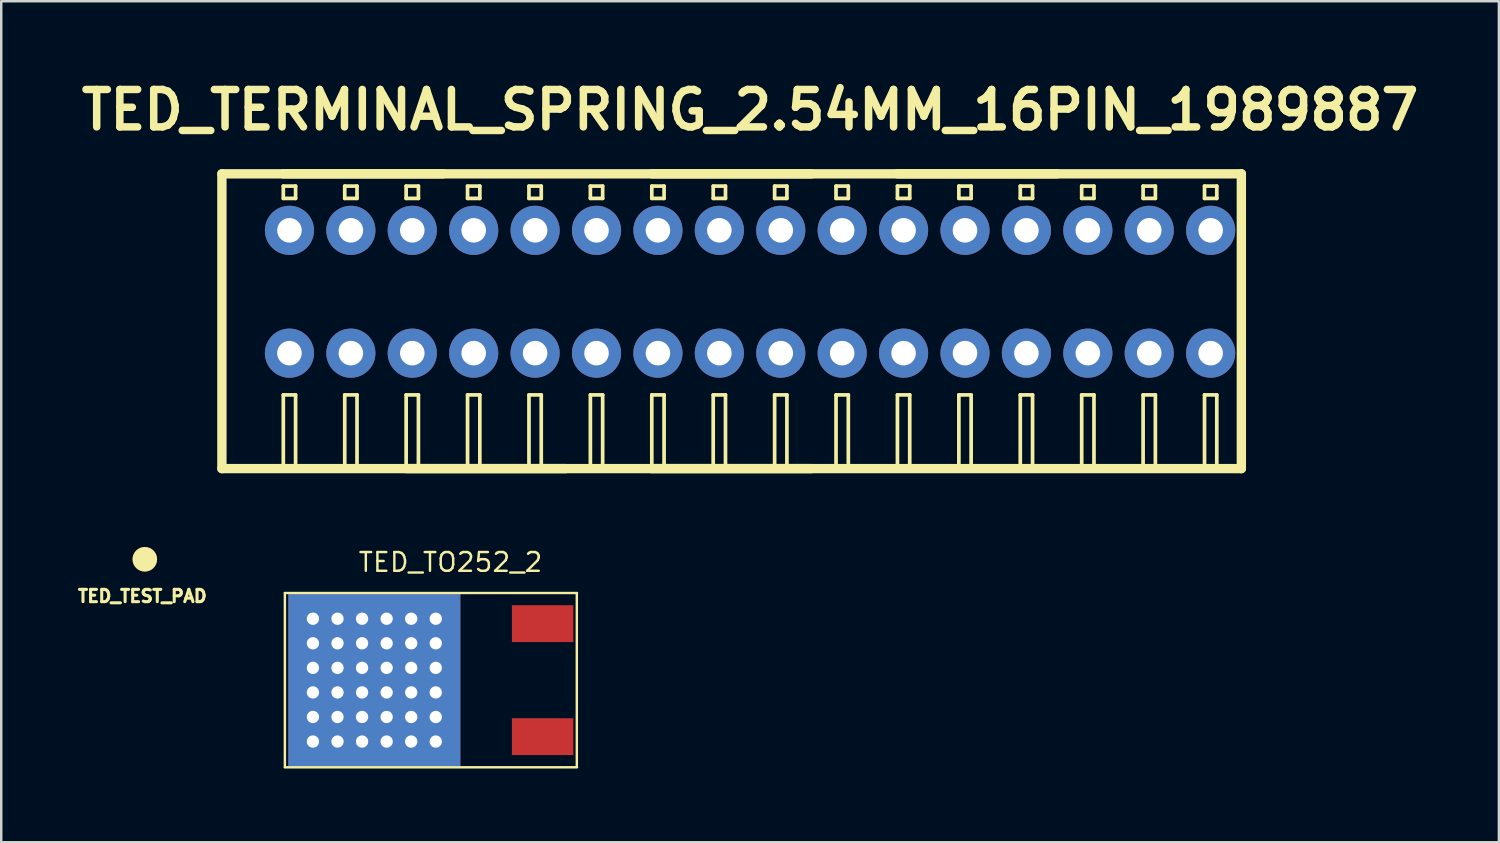
<source format=kicad_pcb>
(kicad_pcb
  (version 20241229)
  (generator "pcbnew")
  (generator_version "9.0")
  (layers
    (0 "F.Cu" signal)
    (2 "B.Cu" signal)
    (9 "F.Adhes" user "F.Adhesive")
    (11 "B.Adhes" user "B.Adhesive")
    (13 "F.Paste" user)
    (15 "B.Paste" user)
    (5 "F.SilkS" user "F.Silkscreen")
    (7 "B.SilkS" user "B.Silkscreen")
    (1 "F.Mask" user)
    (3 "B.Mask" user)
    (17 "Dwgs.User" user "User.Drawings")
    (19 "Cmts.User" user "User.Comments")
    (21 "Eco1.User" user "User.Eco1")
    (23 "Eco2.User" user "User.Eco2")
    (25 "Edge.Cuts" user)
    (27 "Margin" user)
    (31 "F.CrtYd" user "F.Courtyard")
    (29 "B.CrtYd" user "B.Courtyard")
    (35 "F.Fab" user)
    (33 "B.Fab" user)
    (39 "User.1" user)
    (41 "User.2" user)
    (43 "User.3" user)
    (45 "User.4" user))
  (footprint "TED_TO252_2"
    (layer "F.Cu")
    (at 15.189 24.637)
    (property "Reference" "TED_TO252_2" (at 0.1 -4.8 0) (layer "F.SilkS") (effects (font (size 0.762 0.762) (thickness 0.099))))
    (attr through_hole)
    (fp_line (start -6.65 -3.548) (end 5.25 -3.548) (stroke (width 0.099) (type solid)) (layer "F.SilkS"))
    (fp_line (start -6.642 3.5) (end -6.642 -3.5) (stroke (width 0.099) (type solid)) (layer "F.SilkS"))
    (fp_line (start 5.242 -3.5) (end 5.242 3.5) (stroke (width 0.099) (type solid)) (layer "F.SilkS"))
    (fp_line (start 5.25 3.548) (end -6.65 3.548) (stroke (width 0.099) (type solid)) (layer "F.SilkS"))
    (pad "1" smd rect (at 3.85 2.3) (size 2.5 1.5) (layers "F.Cu" "F.Mask" "F.Paste"))
    (pad "2" thru_hole circle (at -5.5 -2.5) (size 0.5 0.5) (drill 0.5) (layers "*.Cu"))
    (pad "2" thru_hole circle (at -5.5 -1.5) (size 0.5 0.5) (drill 0.5) (layers "*.Cu"))
    (pad "2" thru_hole circle (at -5.5 -0.5) (size 0.5 0.5) (drill 0.5) (layers "*.Cu"))
    (pad "2" thru_hole circle (at -5.5 0.5) (size 0.5 0.5) (drill 0.5) (layers "*.Cu"))
    (pad "2" thru_hole circle (at -5.5 1.5) (size 0.5 0.5) (drill 0.5) (layers "*.Cu"))
    (pad "2" thru_hole circle (at -5.5 2.5) (size 0.5 0.5) (drill 0.5) (layers "*.Cu"))
    (pad "2" thru_hole circle (at -4.5 -2.5) (size 0.5 0.5) (drill 0.5) (layers "*.Cu"))
    (pad "2" thru_hole circle (at -4.5 -1.5) (size 0.5 0.5) (drill 0.5) (layers "*.Cu"))
    (pad "2" thru_hole circle (at -4.5 -0.5) (size 0.5 0.5) (drill 0.5) (layers "*.Cu"))
    (pad "2" thru_hole circle (at -4.5 0.5) (size 0.5 0.5) (drill 0.5) (layers "*.Cu"))
    (pad "2" thru_hole circle (at -4.5 1.5) (size 0.5 0.5) (drill 0.5) (layers "*.Cu"))
    (pad "2" thru_hole circle (at -4.5 2.5) (size 0.5 0.5) (drill 0.5) (layers "*.Cu"))
    (pad "2" thru_hole circle (at -3.5 -2.5) (size 0.5 0.5) (drill 0.5) (layers "*.Cu"))
    (pad "2" thru_hole circle (at -3.5 -1.5) (size 0.5 0.5) (drill 0.5) (layers "*.Cu"))
    (pad "2" thru_hole circle (at -3.5 -0.5) (size 0.5 0.5) (drill 0.5) (layers "*.Cu"))
    (pad "2" thru_hole circle (at -3.5 0.5) (size 0.5 0.5) (drill 0.5) (layers "*.Cu"))
    (pad "2" thru_hole circle (at -3.5 1.5) (size 0.5 0.5) (drill 0.5) (layers "*.Cu"))
    (pad "2" thru_hole circle (at -3.5 2.5) (size 0.5 0.5) (drill 0.5) (layers "*.Cu"))
    (pad "2" smd rect (at -3 0) (size 7 7) (layers "F.Cu" "F.Mask" "F.Paste"))
    (pad "2" smd rect (at -3 0) (size 7 7) (layers "B.Cu"))
    (pad "2" thru_hole circle (at -2.5 -2.5) (size 0.5 0.5) (drill 0.5) (layers "*.Cu"))
    (pad "2" thru_hole circle (at -2.5 -1.5) (size 0.5 0.5) (drill 0.5) (layers "*.Cu"))
    (pad "2" thru_hole circle (at -2.5 -0.5) (size 0.5 0.5) (drill 0.5) (layers "*.Cu"))
    (pad "2" thru_hole circle (at -2.5 0.5) (size 0.5 0.5) (drill 0.5) (layers "*.Cu"))
    (pad "2" thru_hole circle (at -2.5 1.5) (size 0.5 0.5) (drill 0.5) (layers "*.Cu"))
    (pad "2" thru_hole circle (at -2.5 2.5) (size 0.5 0.5) (drill 0.5) (layers "*.Cu"))
    (pad "2" thru_hole circle (at -1.5 -2.5) (size 0.5 0.5) (drill 0.5) (layers "*.Cu"))
    (pad "2" thru_hole circle (at -1.5 -1.5) (size 0.5 0.5) (drill 0.5) (layers "*.Cu"))
    (pad "2" thru_hole circle (at -1.5 -0.5) (size 0.5 0.5) (drill 0.5) (layers "*.Cu"))
    (pad "2" thru_hole circle (at -1.5 0.5) (size 0.5 0.5) (drill 0.5) (layers "*.Cu"))
    (pad "2" thru_hole circle (at -1.5 1.5) (size 0.5 0.5) (drill 0.5) (layers "*.Cu"))
    (pad "2" thru_hole circle (at -1.5 2.5) (size 0.5 0.5) (drill 0.5) (layers "*.Cu"))
    (pad "2" thru_hole circle (at -0.5 -2.5) (size 0.5 0.5) (drill 0.5) (layers "*.Cu"))
    (pad "2" thru_hole circle (at -0.5 -1.5) (size 0.5 0.5) (drill 0.5) (layers "*.Cu"))
    (pad "2" thru_hole circle (at -0.5 -0.5) (size 0.5 0.5) (drill 0.5) (layers "*.Cu"))
    (pad "2" thru_hole circle (at -0.5 0.5) (size 0.5 0.5) (drill 0.5) (layers "*.Cu"))
    (pad "2" thru_hole circle (at -0.5 1.5) (size 0.5 0.5) (drill 0.5) (layers "*.Cu"))
    (pad "2" thru_hole circle (at -0.5 2.5) (size 0.5 0.5) (drill 0.5) (layers "*.Cu"))
    (pad "3" smd rect (at 3.85 -2.3) (size 2.5 1.5) (layers "F.Cu" "F.Mask" "F.Paste")))
  (footprint "TED_TERMINAL_SPRING_2.54MM_16PIN_1989887"
    (layer "F.Cu")
    (at 27.483 10.026)
    (property "Reference" "TED_TERMINAL_SPRING_2.54MM_16PIN_1989887" (at 0 -8.6 0) (layer "F.SilkS") (effects (font (size 1.524 1.524) (thickness 0.305))))
    (attr through_hole)
    (fp_line (start -21.5 -6) (end -21.5 6) (stroke (width 0.381) (type solid)) (layer "F.SilkS"))
    (fp_line (start -21.5 6) (end 20 6) (stroke (width 0.381) (type solid)) (layer "F.SilkS"))
    (fp_line (start -19 -5.5) (end -19 -5) (stroke (width 0.15) (type solid)) (layer "F.SilkS"))
    (fp_line (start -19 -5.5) (end -18.5 -5.5) (stroke (width 0.15) (type solid)) (layer "F.SilkS"))
    (fp_line (start -19 -5) (end -18.5 -5) (stroke (width 0.15) (type solid)) (layer "F.SilkS"))
    (fp_line (start -19 3) (end -19 6) (stroke (width 0.15) (type solid)) (layer "F.SilkS"))
    (fp_line (start -19 3) (end -18.5 3) (stroke (width 0.15) (type solid)) (layer "F.SilkS"))
    (fp_line (start -18.5 -5.5) (end -18.5 -5) (stroke (width 0.15) (type solid)) (layer "F.SilkS"))
    (fp_line (start -18.5 3) (end -18.5 6) (stroke (width 0.15) (type solid)) (layer "F.SilkS"))
    (fp_line (start -16.5 -5.5) (end -16.5 -5) (stroke (width 0.15) (type solid)) (layer "F.SilkS"))
    (fp_line (start -16.5 -5.5) (end -16 -5.5) (stroke (width 0.15) (type solid)) (layer "F.SilkS"))
    (fp_line (start -16.5 -5) (end -16 -5) (stroke (width 0.15) (type solid)) (layer "F.SilkS"))
    (fp_line (start -16.5 3) (end -16.5 6) (stroke (width 0.15) (type solid)) (layer "F.SilkS"))
    (fp_line (start -16.5 3) (end -16 3) (stroke (width 0.15) (type solid)) (layer "F.SilkS"))
    (fp_line (start -16 -5.5) (end -16 -5) (stroke (width 0.15) (type solid)) (layer "F.SilkS"))
    (fp_line (start -16 3) (end -16 6) (stroke (width 0.15) (type solid)) (layer "F.SilkS"))
    (fp_line (start -14 -5.5) (end -14 -5) (stroke (width 0.15) (type solid)) (layer "F.SilkS"))
    (fp_line (start -14 -5.5) (end -13.5 -5.5) (stroke (width 0.15) (type solid)) (layer "F.SilkS"))
    (fp_line (start -14 -5) (end -13.5 -5) (stroke (width 0.15) (type solid)) (layer "F.SilkS"))
    (fp_line (start -14 3) (end -14 6) (stroke (width 0.15) (type solid)) (layer "F.SilkS"))
    (fp_line (start -14 3) (end -13.5 3) (stroke (width 0.15) (type solid)) (layer "F.SilkS"))
    (fp_line (start -14 6) (end -7.5 6) (stroke (width 0.381) (type solid)) (layer "F.SilkS"))
    (fp_line (start -13.5 -5.5) (end -13.5 -5) (stroke (width 0.15) (type solid)) (layer "F.SilkS"))
    (fp_line (start -13.5 3) (end -13.5 6) (stroke (width 0.15) (type solid)) (layer "F.SilkS"))
    (fp_line (start -12.5 -6) (end -19 -6) (stroke (width 0.381) (type solid)) (layer "F.SilkS"))
    (fp_line (start -11.5 -5.5) (end -11.5 -5) (stroke (width 0.15) (type solid)) (layer "F.SilkS"))
    (fp_line (start -11.5 -5.5) (end -11 -5.5) (stroke (width 0.15) (type solid)) (layer "F.SilkS"))
    (fp_line (start -11.5 -5) (end -11 -5) (stroke (width 0.15) (type solid)) (layer "F.SilkS"))
    (fp_line (start -11.5 3) (end -11.5 6) (stroke (width 0.15) (type solid)) (layer "F.SilkS"))
    (fp_line (start -11.5 3) (end -11 3) (stroke (width 0.15) (type solid)) (layer "F.SilkS"))
    (fp_line (start -11 -5.5) (end -11 -5) (stroke (width 0.15) (type solid)) (layer "F.SilkS"))
    (fp_line (start -11 3) (end -11 6) (stroke (width 0.15) (type solid)) (layer "F.SilkS"))
    (fp_line (start -9 -5.5) (end -9 -5) (stroke (width 0.15) (type solid)) (layer "F.SilkS"))
    (fp_line (start -9 -5.5) (end -8.5 -5.5) (stroke (width 0.15) (type solid)) (layer "F.SilkS"))
    (fp_line (start -9 -5) (end -8.5 -5) (stroke (width 0.15) (type solid)) (layer "F.SilkS"))
    (fp_line (start -9 3) (end -9 6) (stroke (width 0.15) (type solid)) (layer "F.SilkS"))
    (fp_line (start -9 3) (end -8.5 3) (stroke (width 0.15) (type solid)) (layer "F.SilkS"))
    (fp_line (start -8.5 -5.5) (end -8.5 -5) (stroke (width 0.15) (type solid)) (layer "F.SilkS"))
    (fp_line (start -8.5 3) (end -8.5 6) (stroke (width 0.15) (type solid)) (layer "F.SilkS"))
    (fp_line (start -6.5 -5.5) (end -6.5 -5) (stroke (width 0.15) (type solid)) (layer "F.SilkS"))
    (fp_line (start -6.5 -5.5) (end -6 -5.5) (stroke (width 0.15) (type solid)) (layer "F.SilkS"))
    (fp_line (start -6.5 -5) (end -6 -5) (stroke (width 0.15) (type solid)) (layer "F.SilkS"))
    (fp_line (start -6.5 3) (end -6.5 6) (stroke (width 0.15) (type solid)) (layer "F.SilkS"))
    (fp_line (start -6.5 3) (end -6 3) (stroke (width 0.15) (type solid)) (layer "F.SilkS"))
    (fp_line (start -6 -5.5) (end -6 -5) (stroke (width 0.15) (type solid)) (layer "F.SilkS"))
    (fp_line (start -6 3) (end -6 6) (stroke (width 0.15) (type solid)) (layer "F.SilkS"))
    (fp_line (start -4 -5.5) (end -4 -5) (stroke (width 0.15) (type solid)) (layer "F.SilkS"))
    (fp_line (start -4 -5.5) (end -3.5 -5.5) (stroke (width 0.15) (type solid)) (layer "F.SilkS"))
    (fp_line (start -4 -5) (end -3.5 -5) (stroke (width 0.15) (type solid)) (layer "F.SilkS"))
    (fp_line (start -4 3) (end -4 6) (stroke (width 0.15) (type solid)) (layer "F.SilkS"))
    (fp_line (start -4 3) (end -3.5 3) (stroke (width 0.15) (type solid)) (layer "F.SilkS"))
    (fp_line (start -4 6) (end 2.5 6) (stroke (width 0.381) (type solid)) (layer "F.SilkS"))
    (fp_line (start -3.5 -5.5) (end -3.5 -5) (stroke (width 0.15) (type solid)) (layer "F.SilkS"))
    (fp_line (start -3.5 3) (end -3.5 6) (stroke (width 0.15) (type solid)) (layer "F.SilkS"))
    (fp_line (start -1.5 -5.5) (end -1.5 -5) (stroke (width 0.15) (type solid)) (layer "F.SilkS"))
    (fp_line (start -1.5 -5.5) (end -1 -5.5) (stroke (width 0.15) (type solid)) (layer "F.SilkS"))
    (fp_line (start -1.5 -5) (end -1 -5) (stroke (width 0.15) (type solid)) (layer "F.SilkS"))
    (fp_line (start -1.5 3) (end -1.5 6) (stroke (width 0.15) (type solid)) (layer "F.SilkS"))
    (fp_line (start -1.5 3) (end -1 3) (stroke (width 0.15) (type solid)) (layer "F.SilkS"))
    (fp_line (start -1 -5.5) (end -1 -5) (stroke (width 0.15) (type solid)) (layer "F.SilkS"))
    (fp_line (start -1 3) (end -1 6) (stroke (width 0.15) (type solid)) (layer "F.SilkS"))
    (fp_line (start 1 -5.5) (end 1 -5) (stroke (width 0.15) (type solid)) (layer "F.SilkS"))
    (fp_line (start 1 -5.5) (end 1.5 -5.5) (stroke (width 0.15) (type solid)) (layer "F.SilkS"))
    (fp_line (start 1 -5) (end 1.5 -5) (stroke (width 0.15) (type solid)) (layer "F.SilkS"))
    (fp_line (start 1 3) (end 1 6) (stroke (width 0.15) (type solid)) (layer "F.SilkS"))
    (fp_line (start 1 3) (end 1.5 3) (stroke (width 0.15) (type solid)) (layer "F.SilkS"))
    (fp_line (start 1.5 -5.5) (end 1.5 -5) (stroke (width 0.15) (type solid)) (layer "F.SilkS"))
    (fp_line (start 1.5 3) (end 1.5 6) (stroke (width 0.15) (type solid)) (layer "F.SilkS"))
    (fp_line (start 2.5 -6) (end -4 -6) (stroke (width 0.381) (type solid)) (layer "F.SilkS"))
    (fp_line (start 3.5 -5.5) (end 3.5 -5) (stroke (width 0.15) (type solid)) (layer "F.SilkS"))
    (fp_line (start 3.5 -5.5) (end 4 -5.5) (stroke (width 0.15) (type solid)) (layer "F.SilkS"))
    (fp_line (start 3.5 -5) (end 4 -5) (stroke (width 0.15) (type solid)) (layer "F.SilkS"))
    (fp_line (start 3.5 3) (end 3.5 6) (stroke (width 0.15) (type solid)) (layer "F.SilkS"))
    (fp_line (start 3.5 3) (end 4 3) (stroke (width 0.15) (type solid)) (layer "F.SilkS"))
    (fp_line (start 4 -5.5) (end 4 -5) (stroke (width 0.15) (type solid)) (layer "F.SilkS"))
    (fp_line (start 4 3) (end 4 6) (stroke (width 0.15) (type solid)) (layer "F.SilkS"))
    (fp_line (start 6 -5.5) (end 6 -5) (stroke (width 0.15) (type solid)) (layer "F.SilkS"))
    (fp_line (start 6 -5.5) (end 6.5 -5.5) (stroke (width 0.15) (type solid)) (layer "F.SilkS"))
    (fp_line (start 6 -5) (end 6.5 -5) (stroke (width 0.15) (type solid)) (layer "F.SilkS"))
    (fp_line (start 6 3) (end 6 6) (stroke (width 0.15) (type solid)) (layer "F.SilkS"))
    (fp_line (start 6 3) (end 6.5 3) (stroke (width 0.15) (type solid)) (layer "F.SilkS"))
    (fp_line (start 6.5 -5.5) (end 6.5 -5) (stroke (width 0.15) (type solid)) (layer "F.SilkS"))
    (fp_line (start 6.5 3) (end 6.5 6) (stroke (width 0.15) (type solid)) (layer "F.SilkS"))
    (fp_line (start 8.5 -5.5) (end 8.5 -5) (stroke (width 0.15) (type solid)) (layer "F.SilkS"))
    (fp_line (start 8.5 -5.5) (end 9 -5.5) (stroke (width 0.15) (type solid)) (layer "F.SilkS"))
    (fp_line (start 8.5 -5) (end 9 -5) (stroke (width 0.15) (type solid)) (layer "F.SilkS"))
    (fp_line (start 8.5 3) (end 8.5 6) (stroke (width 0.15) (type solid)) (layer "F.SilkS"))
    (fp_line (start 8.5 3) (end 9 3) (stroke (width 0.15) (type solid)) (layer "F.SilkS"))
    (fp_line (start 9 -5.5) (end 9 -5) (stroke (width 0.15) (type solid)) (layer "F.SilkS"))
    (fp_line (start 9 3) (end 9 6) (stroke (width 0.15) (type solid)) (layer "F.SilkS"))
    (fp_line (start 11 -5.5) (end 11 -5) (stroke (width 0.15) (type solid)) (layer "F.SilkS"))
    (fp_line (start 11 -5.5) (end 11.5 -5.5) (stroke (width 0.15) (type solid)) (layer "F.SilkS"))
    (fp_line (start 11 -5) (end 11.5 -5) (stroke (width 0.15) (type solid)) (layer "F.SilkS"))
    (fp_line (start 11 3) (end 11 6) (stroke (width 0.15) (type solid)) (layer "F.SilkS"))
    (fp_line (start 11 3) (end 11.5 3) (stroke (width 0.15) (type solid)) (layer "F.SilkS"))
    (fp_line (start 11.5 -5.5) (end 11.5 -5) (stroke (width 0.15) (type solid)) (layer "F.SilkS"))
    (fp_line (start 11.5 3) (end 11.5 6) (stroke (width 0.15) (type solid)) (layer "F.SilkS"))
    (fp_line (start 12.5 -6) (end 6 -6) (stroke (width 0.381) (type solid)) (layer "F.SilkS"))
    (fp_line (start 13.5 -5.5) (end 13.5 -5) (stroke (width 0.15) (type solid)) (layer "F.SilkS"))
    (fp_line (start 13.5 -5.5) (end 14 -5.5) (stroke (width 0.15) (type solid)) (layer "F.SilkS"))
    (fp_line (start 13.5 -5) (end 14 -5) (stroke (width 0.15) (type solid)) (layer "F.SilkS"))
    (fp_line (start 13.5 3) (end 13.5 6) (stroke (width 0.15) (type solid)) (layer "F.SilkS"))
    (fp_line (start 13.5 3) (end 14 3) (stroke (width 0.15) (type solid)) (layer "F.SilkS"))
    (fp_line (start 14 -5.5) (end 14 -5) (stroke (width 0.15) (type solid)) (layer "F.SilkS"))
    (fp_line (start 14 3) (end 14 6) (stroke (width 0.15) (type solid)) (layer "F.SilkS"))
    (fp_line (start 16 -5.5) (end 16 -5) (stroke (width 0.15) (type solid)) (layer "F.SilkS"))
    (fp_line (start 16 -5.5) (end 16.5 -5.5) (stroke (width 0.15) (type solid)) (layer "F.SilkS"))
    (fp_line (start 16 -5) (end 16.5 -5) (stroke (width 0.15) (type solid)) (layer "F.SilkS"))
    (fp_line (start 16 3) (end 16 6) (stroke (width 0.15) (type solid)) (layer "F.SilkS"))
    (fp_line (start 16 3) (end 16.5 3) (stroke (width 0.15) (type solid)) (layer "F.SilkS"))
    (fp_line (start 16.5 -5.5) (end 16.5 -5) (stroke (width 0.15) (type solid)) (layer "F.SilkS"))
    (fp_line (start 16.5 3) (end 16.5 6) (stroke (width 0.15) (type solid)) (layer "F.SilkS"))
    (fp_line (start 18.5 -5.5) (end 18.5 -5) (stroke (width 0.15) (type solid)) (layer "F.SilkS"))
    (fp_line (start 18.5 -5.5) (end 19 -5.5) (stroke (width 0.15) (type solid)) (layer "F.SilkS"))
    (fp_line (start 18.5 -5) (end 19 -5) (stroke (width 0.15) (type solid)) (layer "F.SilkS"))
    (fp_line (start 18.5 3) (end 18.5 6) (stroke (width 0.15) (type solid)) (layer "F.SilkS"))
    (fp_line (start 18.5 3) (end 19 3) (stroke (width 0.15) (type solid)) (layer "F.SilkS"))
    (fp_line (start 19 -5.5) (end 19 -5) (stroke (width 0.15) (type solid)) (layer "F.SilkS"))
    (fp_line (start 19 3) (end 19 6) (stroke (width 0.15) (type solid)) (layer "F.SilkS"))
    (fp_line (start 20 -6) (end -21.5 -6) (stroke (width 0.381) (type solid)) (layer "F.SilkS"))
    (fp_line (start 20 6) (end 20 -6) (stroke (width 0.381) (type solid)) (layer "F.SilkS"))
    (pad "1" thru_hole circle (at -18.75 -3.7) (size 2 2) (drill 1) (layers "*.Cu" "*.Mask"))
    (pad "1" thru_hole circle (at -18.75 1.3) (size 2 2) (drill 1) (layers "*.Cu" "*.Mask"))
    (pad "2" thru_hole circle (at -16.25 -3.7) (size 2 2) (drill 1) (layers "*.Cu" "*.Mask"))
    (pad "2" thru_hole circle (at -16.25 1.3) (size 2 2) (drill 1) (layers "*.Cu" "*.Mask"))
    (pad "3" thru_hole circle (at -13.75 -3.7) (size 2 2) (drill 1) (layers "*.Cu" "*.Mask"))
    (pad "3" thru_hole circle (at -13.75 1.3) (size 2 2) (drill 1) (layers "*.Cu" "*.Mask"))
    (pad "4" thru_hole circle (at -11.25 -3.7) (size 2 2) (drill 1) (layers "*.Cu" "*.Mask"))
    (pad "4" thru_hole circle (at -11.25 1.3) (size 2 2) (drill 1) (layers "*.Cu" "*.Mask"))
    (pad "5" thru_hole circle (at -8.75 -3.7) (size 2 2) (drill 1) (layers "*.Cu" "*.Mask"))
    (pad "5" thru_hole circle (at -8.75 1.3) (size 2 2) (drill 1) (layers "*.Cu" "*.Mask"))
    (pad "6" thru_hole circle (at -6.25 -3.7) (size 2 2) (drill 1) (layers "*.Cu" "*.Mask"))
    (pad "6" thru_hole circle (at -6.25 1.3) (size 2 2) (drill 1) (layers "*.Cu" "*.Mask"))
    (pad "7" thru_hole circle (at -3.75 -3.7) (size 2 2) (drill 1) (layers "*.Cu" "*.Mask"))
    (pad "7" thru_hole circle (at -3.75 1.3) (size 2 2) (drill 1) (layers "*.Cu" "*.Mask"))
    (pad "8" thru_hole circle (at -1.25 -3.7) (size 2 2) (drill 1) (layers "*.Cu" "*.Mask"))
    (pad "8" thru_hole circle (at -1.25 1.3) (size 2 2) (drill 1) (layers "*.Cu" "*.Mask"))
    (pad "9" thru_hole circle (at 1.25 -3.7) (size 2 2) (drill 1) (layers "*.Cu" "*.Mask"))
    (pad "9" thru_hole circle (at 1.25 1.3) (size 2 2) (drill 1) (layers "*.Cu" "*.Mask"))
    (pad "10" thru_hole circle (at 3.75 -3.7) (size 2 2) (drill 1) (layers "*.Cu" "*.Mask"))
    (pad "10" thru_hole circle (at 3.75 1.3) (size 2 2) (drill 1) (layers "*.Cu" "*.Mask"))
    (pad "11" thru_hole circle (at 6.25 -3.7) (size 2 2) (drill 1) (layers "*.Cu" "*.Mask"))
    (pad "11" thru_hole circle (at 6.25 1.3) (size 2 2) (drill 1) (layers "*.Cu" "*.Mask"))
    (pad "12" thru_hole circle (at 8.75 -3.7) (size 2 2) (drill 1) (layers "*.Cu" "*.Mask"))
    (pad "12" thru_hole circle (at 8.75 1.3) (size 2 2) (drill 1) (layers "*.Cu" "*.Mask"))
    (pad "13" thru_hole circle (at 11.25 -3.7) (size 2 2) (drill 1) (layers "*.Cu" "*.Mask"))
    (pad "13" thru_hole circle (at 11.25 1.3) (size 2 2) (drill 1) (layers "*.Cu" "*.Mask"))
    (pad "14" thru_hole circle (at 13.75 -3.7) (size 2 2) (drill 1) (layers "*.Cu" "*.Mask"))
    (pad "14" thru_hole circle (at 13.75 1.3) (size 2 2) (drill 1) (layers "*.Cu" "*.Mask"))
    (pad "15" thru_hole circle (at 16.25 -3.7) (size 2 2) (drill 1) (layers "*.Cu" "*.Mask"))
    (pad "15" thru_hole circle (at 16.25 1.3) (size 2 2) (drill 1) (layers "*.Cu" "*.Mask"))
    (pad "16" thru_hole circle (at 18.75 -3.7) (size 2 2) (drill 1) (layers "*.Cu" "*.Mask"))
    (pad "16" thru_hole circle (at 18.75 1.3) (size 2 2) (drill 1) (layers "*.Cu" "*.Mask")))
  (footprint "TED_TEST_PAD"
    (layer "F.Cu")
    (at 2.845 19.717)
    (property "Reference" "TED_TEST_PAD" (at -0.1 1.5 0) (layer "F.SilkS") (effects (font (size 0.5 0.5) (thickness 0.125))))
    (attr through_hole)
    (pad "1" smd circle (at 0 0) (size 1 1) (layers "F.Cu" "F.Mask" "F.SilkS")))
  (gr_rect
    (start -3 -3)
    (end 57.966 31.234)
    (stroke (width 0.1) (type default))
    (fill no)
    (layer "Edge.Cuts")))
</source>
